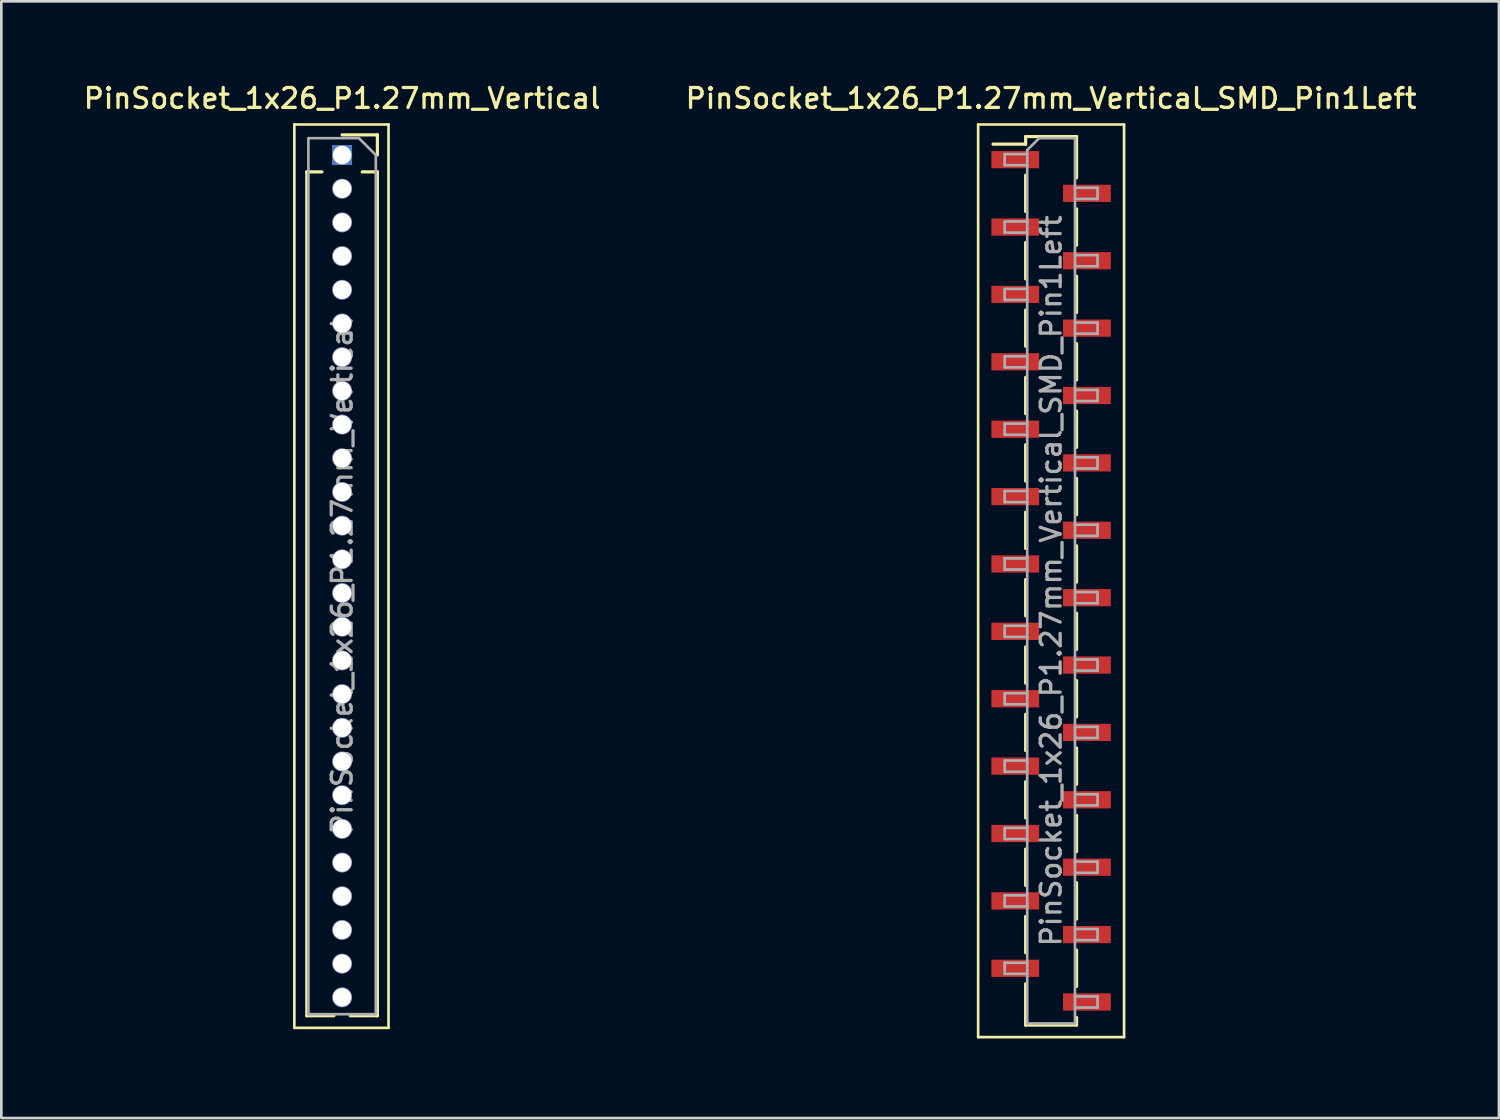
<source format=kicad_pcb>
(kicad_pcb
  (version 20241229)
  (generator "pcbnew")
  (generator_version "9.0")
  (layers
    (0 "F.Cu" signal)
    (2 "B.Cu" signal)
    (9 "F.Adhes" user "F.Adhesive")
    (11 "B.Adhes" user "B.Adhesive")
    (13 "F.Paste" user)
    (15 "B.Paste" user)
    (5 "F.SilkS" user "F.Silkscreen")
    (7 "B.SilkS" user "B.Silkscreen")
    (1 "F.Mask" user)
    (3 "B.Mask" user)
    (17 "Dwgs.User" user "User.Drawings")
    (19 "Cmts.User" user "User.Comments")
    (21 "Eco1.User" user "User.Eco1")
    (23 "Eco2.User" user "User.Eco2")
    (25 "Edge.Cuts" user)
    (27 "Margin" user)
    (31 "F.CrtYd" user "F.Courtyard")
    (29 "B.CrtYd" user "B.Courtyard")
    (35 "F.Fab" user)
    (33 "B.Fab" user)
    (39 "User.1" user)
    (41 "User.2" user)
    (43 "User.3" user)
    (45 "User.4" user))
  (footprint "PinSocket_1x26_P1.27mm_Vertical_SMD_Pin1Left"
    (layer "F.Cu")
    (at 36.57 18.843)
    (property "Reference" "PinSocket_1x26_P1.27mm_Vertical_SMD_Pin1Left" (at 0 -18.185 0) (layer "F.SilkS") (effects (font (size 0.75 0.75) (thickness 0.125))))
    (attr smd)
    (fp_line (start -2.75 -17.2) (end 2.75 -17.2) (stroke (width 0.1) (type solid)) (layer "F.SilkS"))
    (fp_line (start -2.75 17.2) (end -2.75 -17.2) (stroke (width 0.1) (type solid)) (layer "F.SilkS"))
    (fp_line (start -2.19 -16.46) (end -0.96 -16.46) (stroke (width 0.12) (type solid)) (layer "F.SilkS"))
    (fp_line (start -0.96 -16.745) (end -0.96 -16.46) (stroke (width 0.12) (type solid)) (layer "F.SilkS"))
    (fp_line (start -0.96 -16.745) (end 0.96 -16.745) (stroke (width 0.12) (type solid)) (layer "F.SilkS"))
    (fp_line (start -0.96 -15.29) (end -0.96 -13.92) (stroke (width 0.12) (type solid)) (layer "F.SilkS"))
    (fp_line (start -0.96 -12.75) (end -0.96 -11.38) (stroke (width 0.12) (type solid)) (layer "F.SilkS"))
    (fp_line (start -0.96 -10.21) (end -0.96 -8.84) (stroke (width 0.12) (type solid)) (layer "F.SilkS"))
    (fp_line (start -0.96 -7.67) (end -0.96 -6.3) (stroke (width 0.12) (type solid)) (layer "F.SilkS"))
    (fp_line (start -0.96 -5.13) (end -0.96 -3.76) (stroke (width 0.12) (type solid)) (layer "F.SilkS"))
    (fp_line (start -0.96 -2.59) (end -0.96 -1.22) (stroke (width 0.12) (type solid)) (layer "F.SilkS"))
    (fp_line (start -0.96 -0.05) (end -0.96 1.32) (stroke (width 0.12) (type solid)) (layer "F.SilkS"))
    (fp_line (start -0.96 2.49) (end -0.96 3.86) (stroke (width 0.12) (type solid)) (layer "F.SilkS"))
    (fp_line (start -0.96 5.03) (end -0.96 6.4) (stroke (width 0.12) (type solid)) (layer "F.SilkS"))
    (fp_line (start -0.96 7.57) (end -0.96 8.94) (stroke (width 0.12) (type solid)) (layer "F.SilkS"))
    (fp_line (start -0.96 10.11) (end -0.96 11.48) (stroke (width 0.12) (type solid)) (layer "F.SilkS"))
    (fp_line (start -0.96 12.65) (end -0.96 14.02) (stroke (width 0.12) (type solid)) (layer "F.SilkS"))
    (fp_line (start -0.96 15.19) (end -0.96 16.745) (stroke (width 0.12) (type solid)) (layer "F.SilkS"))
    (fp_line (start -0.96 16.745) (end 0.96 16.745) (stroke (width 0.12) (type solid)) (layer "F.SilkS"))
    (fp_line (start 0.96 -16.745) (end 0.96 -15.19) (stroke (width 0.12) (type solid)) (layer "F.SilkS"))
    (fp_line (start 0.96 -14.02) (end 0.96 -12.65) (stroke (width 0.12) (type solid)) (layer "F.SilkS"))
    (fp_line (start 0.96 -11.48) (end 0.96 -10.11) (stroke (width 0.12) (type solid)) (layer "F.SilkS"))
    (fp_line (start 0.96 -8.94) (end 0.96 -7.57) (stroke (width 0.12) (type solid)) (layer "F.SilkS"))
    (fp_line (start 0.96 -6.4) (end 0.96 -5.03) (stroke (width 0.12) (type solid)) (layer "F.SilkS"))
    (fp_line (start 0.96 -3.86) (end 0.96 -2.49) (stroke (width 0.12) (type solid)) (layer "F.SilkS"))
    (fp_line (start 0.96 -1.32) (end 0.96 0.05) (stroke (width 0.12) (type solid)) (layer "F.SilkS"))
    (fp_line (start 0.96 1.22) (end 0.96 2.59) (stroke (width 0.12) (type solid)) (layer "F.SilkS"))
    (fp_line (start 0.96 3.76) (end 0.96 5.13) (stroke (width 0.12) (type solid)) (layer "F.SilkS"))
    (fp_line (start 0.96 6.3) (end 0.96 7.67) (stroke (width 0.12) (type solid)) (layer "F.SilkS"))
    (fp_line (start 0.96 8.84) (end 0.96 10.21) (stroke (width 0.12) (type solid)) (layer "F.SilkS"))
    (fp_line (start 0.96 11.38) (end 0.96 12.75) (stroke (width 0.12) (type solid)) (layer "F.SilkS"))
    (fp_line (start 0.96 13.92) (end 0.96 15.29) (stroke (width 0.12) (type solid)) (layer "F.SilkS"))
    (fp_line (start 0.96 16.46) (end 0.96 16.745) (stroke (width 0.12) (type solid)) (layer "F.SilkS"))
    (fp_line (start 2.75 -17.2) (end 2.75 17.2) (stroke (width 0.1) (type solid)) (layer "F.SilkS"))
    (fp_line (start 2.75 17.2) (end -2.75 17.2) (stroke (width 0.1) (type solid)) (layer "F.SilkS"))
    (fp_line (start -1.75 -16.085) (end -0.9 -16.085) (stroke (width 0.1) (type solid)) (layer "F.Fab"))
    (fp_line (start -1.75 -15.665) (end -1.75 -16.085) (stroke (width 0.1) (type solid)) (layer "F.Fab"))
    (fp_line (start -1.75 -13.545) (end -0.9 -13.545) (stroke (width 0.1) (type solid)) (layer "F.Fab"))
    (fp_line (start -1.75 -13.125) (end -1.75 -13.545) (stroke (width 0.1) (type solid)) (layer "F.Fab"))
    (fp_line (start -1.75 -11.005) (end -0.9 -11.005) (stroke (width 0.1) (type solid)) (layer "F.Fab"))
    (fp_line (start -1.75 -10.585) (end -1.75 -11.005) (stroke (width 0.1) (type solid)) (layer "F.Fab"))
    (fp_line (start -1.75 -8.465) (end -0.9 -8.465) (stroke (width 0.1) (type solid)) (layer "F.Fab"))
    (fp_line (start -1.75 -8.045) (end -1.75 -8.465) (stroke (width 0.1) (type solid)) (layer "F.Fab"))
    (fp_line (start -1.75 -5.925) (end -0.9 -5.925) (stroke (width 0.1) (type solid)) (layer "F.Fab"))
    (fp_line (start -1.75 -5.505) (end -1.75 -5.925) (stroke (width 0.1) (type solid)) (layer "F.Fab"))
    (fp_line (start -1.75 -3.385) (end -0.9 -3.385) (stroke (width 0.1) (type solid)) (layer "F.Fab"))
    (fp_line (start -1.75 -2.965) (end -1.75 -3.385) (stroke (width 0.1) (type solid)) (layer "F.Fab"))
    (fp_line (start -1.75 -0.845) (end -0.9 -0.845) (stroke (width 0.1) (type solid)) (layer "F.Fab"))
    (fp_line (start -1.75 -0.425) (end -1.75 -0.845) (stroke (width 0.1) (type solid)) (layer "F.Fab"))
    (fp_line (start -1.75 1.695) (end -0.9 1.695) (stroke (width 0.1) (type solid)) (layer "F.Fab"))
    (fp_line (start -1.75 2.115) (end -1.75 1.695) (stroke (width 0.1) (type solid)) (layer "F.Fab"))
    (fp_line (start -1.75 4.235) (end -0.9 4.235) (stroke (width 0.1) (type solid)) (layer "F.Fab"))
    (fp_line (start -1.75 4.655) (end -1.75 4.235) (stroke (width 0.1) (type solid)) (layer "F.Fab"))
    (fp_line (start -1.75 6.775) (end -0.9 6.775) (stroke (width 0.1) (type solid)) (layer "F.Fab"))
    (fp_line (start -1.75 7.195) (end -1.75 6.775) (stroke (width 0.1) (type solid)) (layer "F.Fab"))
    (fp_line (start -1.75 9.315) (end -0.9 9.315) (stroke (width 0.1) (type solid)) (layer "F.Fab"))
    (fp_line (start -1.75 9.735) (end -1.75 9.315) (stroke (width 0.1) (type solid)) (layer "F.Fab"))
    (fp_line (start -1.75 11.855) (end -0.9 11.855) (stroke (width 0.1) (type solid)) (layer "F.Fab"))
    (fp_line (start -1.75 12.275) (end -1.75 11.855) (stroke (width 0.1) (type solid)) (layer "F.Fab"))
    (fp_line (start -1.75 14.395) (end -0.9 14.395) (stroke (width 0.1) (type solid)) (layer "F.Fab"))
    (fp_line (start -1.75 14.815) (end -1.75 14.395) (stroke (width 0.1) (type solid)) (layer "F.Fab"))
    (fp_line (start -0.9 -16.235) (end -0.45 -16.685) (stroke (width 0.1) (type solid)) (layer "F.Fab"))
    (fp_line (start -0.9 -15.665) (end -1.75 -15.665) (stroke (width 0.1) (type solid)) (layer "F.Fab"))
    (fp_line (start -0.9 -13.125) (end -1.75 -13.125) (stroke (width 0.1) (type solid)) (layer "F.Fab"))
    (fp_line (start -0.9 -10.585) (end -1.75 -10.585) (stroke (width 0.1) (type solid)) (layer "F.Fab"))
    (fp_line (start -0.9 -8.045) (end -1.75 -8.045) (stroke (width 0.1) (type solid)) (layer "F.Fab"))
    (fp_line (start -0.9 -5.505) (end -1.75 -5.505) (stroke (width 0.1) (type solid)) (layer "F.Fab"))
    (fp_line (start -0.9 -2.965) (end -1.75 -2.965) (stroke (width 0.1) (type solid)) (layer "F.Fab"))
    (fp_line (start -0.9 -0.425) (end -1.75 -0.425) (stroke (width 0.1) (type solid)) (layer "F.Fab"))
    (fp_line (start -0.9 2.115) (end -1.75 2.115) (stroke (width 0.1) (type solid)) (layer "F.Fab"))
    (fp_line (start -0.9 4.655) (end -1.75 4.655) (stroke (width 0.1) (type solid)) (layer "F.Fab"))
    (fp_line (start -0.9 7.195) (end -1.75 7.195) (stroke (width 0.1) (type solid)) (layer "F.Fab"))
    (fp_line (start -0.9 9.735) (end -1.75 9.735) (stroke (width 0.1) (type solid)) (layer "F.Fab"))
    (fp_line (start -0.9 12.275) (end -1.75 12.275) (stroke (width 0.1) (type solid)) (layer "F.Fab"))
    (fp_line (start -0.9 14.815) (end -1.75 14.815) (stroke (width 0.1) (type solid)) (layer "F.Fab"))
    (fp_line (start -0.9 16.685) (end -0.9 -16.235) (stroke (width 0.1) (type solid)) (layer "F.Fab"))
    (fp_line (start -0.45 -16.685) (end 0.9 -16.685) (stroke (width 0.1) (type solid)) (layer "F.Fab"))
    (fp_line (start 0.9 -16.685) (end 0.9 16.685) (stroke (width 0.1) (type solid)) (layer "F.Fab"))
    (fp_line (start 0.9 -14.815) (end 1.75 -14.815) (stroke (width 0.1) (type solid)) (layer "F.Fab"))
    (fp_line (start 0.9 -12.275) (end 1.75 -12.275) (stroke (width 0.1) (type solid)) (layer "F.Fab"))
    (fp_line (start 0.9 -9.735) (end 1.75 -9.735) (stroke (width 0.1) (type solid)) (layer "F.Fab"))
    (fp_line (start 0.9 -7.195) (end 1.75 -7.195) (stroke (width 0.1) (type solid)) (layer "F.Fab"))
    (fp_line (start 0.9 -4.655) (end 1.75 -4.655) (stroke (width 0.1) (type solid)) (layer "F.Fab"))
    (fp_line (start 0.9 -2.115) (end 1.75 -2.115) (stroke (width 0.1) (type solid)) (layer "F.Fab"))
    (fp_line (start 0.9 0.425) (end 1.75 0.425) (stroke (width 0.1) (type solid)) (layer "F.Fab"))
    (fp_line (start 0.9 2.965) (end 1.75 2.965) (stroke (width 0.1) (type solid)) (layer "F.Fab"))
    (fp_line (start 0.9 5.505) (end 1.75 5.505) (stroke (width 0.1) (type solid)) (layer "F.Fab"))
    (fp_line (start 0.9 8.045) (end 1.75 8.045) (stroke (width 0.1) (type solid)) (layer "F.Fab"))
    (fp_line (start 0.9 10.585) (end 1.75 10.585) (stroke (width 0.1) (type solid)) (layer "F.Fab"))
    (fp_line (start 0.9 13.125) (end 1.75 13.125) (stroke (width 0.1) (type solid)) (layer "F.Fab"))
    (fp_line (start 0.9 15.665) (end 1.75 15.665) (stroke (width 0.1) (type solid)) (layer "F.Fab"))
    (fp_line (start 0.9 16.685) (end -0.9 16.685) (stroke (width 0.1) (type solid)) (layer "F.Fab"))
    (fp_line (start 1.75 -14.815) (end 1.75 -14.395) (stroke (width 0.1) (type solid)) (layer "F.Fab"))
    (fp_line (start 1.75 -14.395) (end 0.9 -14.395) (stroke (width 0.1) (type solid)) (layer "F.Fab"))
    (fp_line (start 1.75 -12.275) (end 1.75 -11.855) (stroke (width 0.1) (type solid)) (layer "F.Fab"))
    (fp_line (start 1.75 -11.855) (end 0.9 -11.855) (stroke (width 0.1) (type solid)) (layer "F.Fab"))
    (fp_line (start 1.75 -9.735) (end 1.75 -9.315) (stroke (width 0.1) (type solid)) (layer "F.Fab"))
    (fp_line (start 1.75 -9.315) (end 0.9 -9.315) (stroke (width 0.1) (type solid)) (layer "F.Fab"))
    (fp_line (start 1.75 -7.195) (end 1.75 -6.775) (stroke (width 0.1) (type solid)) (layer "F.Fab"))
    (fp_line (start 1.75 -6.775) (end 0.9 -6.775) (stroke (width 0.1) (type solid)) (layer "F.Fab"))
    (fp_line (start 1.75 -4.655) (end 1.75 -4.235) (stroke (width 0.1) (type solid)) (layer "F.Fab"))
    (fp_line (start 1.75 -4.235) (end 0.9 -4.235) (stroke (width 0.1) (type solid)) (layer "F.Fab"))
    (fp_line (start 1.75 -2.115) (end 1.75 -1.695) (stroke (width 0.1) (type solid)) (layer "F.Fab"))
    (fp_line (start 1.75 -1.695) (end 0.9 -1.695) (stroke (width 0.1) (type solid)) (layer "F.Fab"))
    (fp_line (start 1.75 0.425) (end 1.75 0.845) (stroke (width 0.1) (type solid)) (layer "F.Fab"))
    (fp_line (start 1.75 0.845) (end 0.9 0.845) (stroke (width 0.1) (type solid)) (layer "F.Fab"))
    (fp_line (start 1.75 2.965) (end 1.75 3.385) (stroke (width 0.1) (type solid)) (layer "F.Fab"))
    (fp_line (start 1.75 3.385) (end 0.9 3.385) (stroke (width 0.1) (type solid)) (layer "F.Fab"))
    (fp_line (start 1.75 5.505) (end 1.75 5.925) (stroke (width 0.1) (type solid)) (layer "F.Fab"))
    (fp_line (start 1.75 5.925) (end 0.9 5.925) (stroke (width 0.1) (type solid)) (layer "F.Fab"))
    (fp_line (start 1.75 8.045) (end 1.75 8.465) (stroke (width 0.1) (type solid)) (layer "F.Fab"))
    (fp_line (start 1.75 8.465) (end 0.9 8.465) (stroke (width 0.1) (type solid)) (layer "F.Fab"))
    (fp_line (start 1.75 10.585) (end 1.75 11.005) (stroke (width 0.1) (type solid)) (layer "F.Fab"))
    (fp_line (start 1.75 11.005) (end 0.9 11.005) (stroke (width 0.1) (type solid)) (layer "F.Fab"))
    (fp_line (start 1.75 13.125) (end 1.75 13.545) (stroke (width 0.1) (type solid)) (layer "F.Fab"))
    (fp_line (start 1.75 13.545) (end 0.9 13.545) (stroke (width 0.1) (type solid)) (layer "F.Fab"))
    (fp_line (start 1.75 15.665) (end 1.75 16.085) (stroke (width 0.1) (type solid)) (layer "F.Fab"))
    (fp_line (start 1.75 16.085) (end 0.9 16.085) (stroke (width 0.1) (type solid)) (layer "F.Fab"))
    (fp_text user "${REFERENCE}" (at 0 0 90) (layer "F.Fab") (effects (font (size 0.75 0.75) (thickness 0.125))))
    (pad "1" smd rect (at -1.35 -15.875) (size 1.8 0.65) (layers "F.Cu" "F.Mask" "F.Paste"))
    (pad "2" smd rect (at 1.35 -14.605) (size 1.8 0.65) (layers "F.Cu" "F.Mask" "F.Paste"))
    (pad "3" smd rect (at -1.35 -13.335) (size 1.8 0.65) (layers "F.Cu" "F.Mask" "F.Paste"))
    (pad "4" smd rect (at 1.35 -12.065) (size 1.8 0.65) (layers "F.Cu" "F.Mask" "F.Paste"))
    (pad "5" smd rect (at -1.35 -10.795) (size 1.8 0.65) (layers "F.Cu" "F.Mask" "F.Paste"))
    (pad "6" smd rect (at 1.35 -9.525) (size 1.8 0.65) (layers "F.Cu" "F.Mask" "F.Paste"))
    (pad "7" smd rect (at -1.35 -8.255) (size 1.8 0.65) (layers "F.Cu" "F.Mask" "F.Paste"))
    (pad "8" smd rect (at 1.35 -6.985) (size 1.8 0.65) (layers "F.Cu" "F.Mask" "F.Paste"))
    (pad "9" smd rect (at -1.35 -5.715) (size 1.8 0.65) (layers "F.Cu" "F.Mask" "F.Paste"))
    (pad "10" smd rect (at 1.35 -4.445) (size 1.8 0.65) (layers "F.Cu" "F.Mask" "F.Paste"))
    (pad "11" smd rect (at -1.35 -3.175) (size 1.8 0.65) (layers "F.Cu" "F.Mask" "F.Paste"))
    (pad "12" smd rect (at 1.35 -1.905) (size 1.8 0.65) (layers "F.Cu" "F.Mask" "F.Paste"))
    (pad "13" smd rect (at -1.35 -0.635) (size 1.8 0.65) (layers "F.Cu" "F.Mask" "F.Paste"))
    (pad "14" smd rect (at 1.35 0.635) (size 1.8 0.65) (layers "F.Cu" "F.Mask" "F.Paste"))
    (pad "15" smd rect (at -1.35 1.905) (size 1.8 0.65) (layers "F.Cu" "F.Mask" "F.Paste"))
    (pad "16" smd rect (at 1.35 3.175) (size 1.8 0.65) (layers "F.Cu" "F.Mask" "F.Paste"))
    (pad "17" smd rect (at -1.35 4.445) (size 1.8 0.65) (layers "F.Cu" "F.Mask" "F.Paste"))
    (pad "18" smd rect (at 1.35 5.715) (size 1.8 0.65) (layers "F.Cu" "F.Mask" "F.Paste"))
    (pad "19" smd rect (at -1.35 6.985) (size 1.8 0.65) (layers "F.Cu" "F.Mask" "F.Paste"))
    (pad "20" smd rect (at 1.35 8.255) (size 1.8 0.65) (layers "F.Cu" "F.Mask" "F.Paste"))
    (pad "21" smd rect (at -1.35 9.525) (size 1.8 0.65) (layers "F.Cu" "F.Mask" "F.Paste"))
    (pad "22" smd rect (at 1.35 10.795) (size 1.8 0.65) (layers "F.Cu" "F.Mask" "F.Paste"))
    (pad "23" smd rect (at -1.35 12.065) (size 1.8 0.65) (layers "F.Cu" "F.Mask" "F.Paste"))
    (pad "24" smd rect (at 1.35 13.335) (size 1.8 0.65) (layers "F.Cu" "F.Mask" "F.Paste"))
    (pad "25" smd rect (at -1.35 14.605) (size 1.8 0.65) (layers "F.Cu" "F.Mask" "F.Paste"))
    (pad "26" smd rect (at 1.35 15.875) (size 1.8 0.65) (layers "F.Cu" "F.Mask" "F.Paste")))
  (footprint "PinSocket_1x26_P1.27mm_Vertical"
    (layer "F.Cu")
    (at 9.845 2.793)
    (property "Reference" "PinSocket_1x26_P1.27mm_Vertical" (at 0 -2.135 0) (layer "F.SilkS") (effects (font (size 0.75 0.75) (thickness 0.125))))
    (attr through_hole)
    (fp_line (start -1.8 -1.15) (end 1.75 -1.15) (stroke (width 0.1) (type solid)) (layer "F.SilkS"))
    (fp_line (start -1.8 32.9) (end -1.8 -1.15) (stroke (width 0.1) (type solid)) (layer "F.SilkS"))
    (fp_line (start -1.33 0.635) (end -1.33 32.445) (stroke (width 0.12) (type solid)) (layer "F.SilkS"))
    (fp_line (start -1.33 0.635) (end -0.76 0.635) (stroke (width 0.12) (type solid)) (layer "F.SilkS"))
    (fp_line (start -1.33 32.445) (end -0.308 32.445) (stroke (width 0.12) (type solid)) (layer "F.SilkS"))
    (fp_line (start 0 -0.76) (end 1.33 -0.76) (stroke (width 0.12) (type solid)) (layer "F.SilkS"))
    (fp_line (start 0.308 32.445) (end 1.33 32.445) (stroke (width 0.12) (type solid)) (layer "F.SilkS"))
    (fp_line (start 0.76 0.635) (end 1.33 0.635) (stroke (width 0.12) (type solid)) (layer "F.SilkS"))
    (fp_line (start 1.33 -0.76) (end 1.33 0) (stroke (width 0.12) (type solid)) (layer "F.SilkS"))
    (fp_line (start 1.33 0.635) (end 1.33 32.445) (stroke (width 0.12) (type solid)) (layer "F.SilkS"))
    (fp_line (start 1.75 -1.15) (end 1.75 32.9) (stroke (width 0.1) (type solid)) (layer "F.SilkS"))
    (fp_line (start 1.75 32.9) (end -1.8 32.9) (stroke (width 0.1) (type solid)) (layer "F.SilkS"))
    (fp_line (start -1.27 -0.635) (end 0.635 -0.635) (stroke (width 0.1) (type solid)) (layer "F.Fab"))
    (fp_line (start -1.27 32.385) (end -1.27 -0.635) (stroke (width 0.1) (type solid)) (layer "F.Fab"))
    (fp_line (start 0.635 -0.635) (end 1.27 0) (stroke (width 0.1) (type solid)) (layer "F.Fab"))
    (fp_line (start 1.27 0) (end 1.27 32.385) (stroke (width 0.1) (type solid)) (layer "F.Fab"))
    (fp_line (start 1.27 32.385) (end -1.27 32.385) (stroke (width 0.1) (type solid)) (layer "F.Fab"))
    (fp_text user "${REFERENCE}" (at 0 15.875 90) (layer "F.Fab") (effects (font (size 0.75 0.75) (thickness 0.125))))
    (pad "1" thru_hole rect (at 0 0) (size 0.75 0.75) (drill 0.7) (layers "*.Cu" "*.Mask"))
    (pad "2" thru_hole oval (at 0 1.27) (size 0.75 0.75) (drill 0.7) (layers "*.Cu" "*.Mask"))
    (pad "3" thru_hole oval (at 0 2.54) (size 0.75 0.75) (drill 0.7) (layers "*.Cu" "*.Mask"))
    (pad "4" thru_hole oval (at 0 3.81) (size 0.75 0.75) (drill 0.7) (layers "*.Cu" "*.Mask"))
    (pad "5" thru_hole oval (at 0 5.08) (size 0.75 0.75) (drill 0.7) (layers "*.Cu" "*.Mask"))
    (pad "6" thru_hole oval (at 0 6.35) (size 0.75 0.75) (drill 0.7) (layers "*.Cu" "*.Mask"))
    (pad "7" thru_hole oval (at 0 7.62) (size 0.75 0.75) (drill 0.7) (layers "*.Cu" "*.Mask"))
    (pad "8" thru_hole oval (at 0 8.89) (size 0.75 0.75) (drill 0.7) (layers "*.Cu" "*.Mask"))
    (pad "9" thru_hole oval (at 0 10.16) (size 0.75 0.75) (drill 0.7) (layers "*.Cu" "*.Mask"))
    (pad "10" thru_hole oval (at 0 11.43) (size 0.75 0.75) (drill 0.7) (layers "*.Cu" "*.Mask"))
    (pad "11" thru_hole oval (at 0 12.7) (size 0.75 0.75) (drill 0.7) (layers "*.Cu" "*.Mask"))
    (pad "12" thru_hole oval (at 0 13.97) (size 0.75 0.75) (drill 0.7) (layers "*.Cu" "*.Mask"))
    (pad "13" thru_hole oval (at 0 15.24) (size 0.75 0.75) (drill 0.7) (layers "*.Cu" "*.Mask"))
    (pad "14" thru_hole oval (at 0 16.51) (size 0.75 0.75) (drill 0.7) (layers "*.Cu" "*.Mask"))
    (pad "15" thru_hole oval (at 0 17.78) (size 0.75 0.75) (drill 0.7) (layers "*.Cu" "*.Mask"))
    (pad "16" thru_hole oval (at 0 19.05) (size 0.75 0.75) (drill 0.7) (layers "*.Cu" "*.Mask"))
    (pad "17" thru_hole oval (at 0 20.32) (size 0.75 0.75) (drill 0.7) (layers "*.Cu" "*.Mask"))
    (pad "18" thru_hole oval (at 0 21.59) (size 0.75 0.75) (drill 0.7) (layers "*.Cu" "*.Mask"))
    (pad "19" thru_hole oval (at 0 22.86) (size 0.75 0.75) (drill 0.7) (layers "*.Cu" "*.Mask"))
    (pad "20" thru_hole oval (at 0 24.13) (size 0.75 0.75) (drill 0.7) (layers "*.Cu" "*.Mask"))
    (pad "21" thru_hole oval (at 0 25.4) (size 0.75 0.75) (drill 0.7) (layers "*.Cu" "*.Mask"))
    (pad "22" thru_hole oval (at 0 26.67) (size 0.75 0.75) (drill 0.7) (layers "*.Cu" "*.Mask"))
    (pad "23" thru_hole oval (at 0 27.94) (size 0.75 0.75) (drill 0.7) (layers "*.Cu" "*.Mask"))
    (pad "24" thru_hole oval (at 0 29.21) (size 0.75 0.75) (drill 0.7) (layers "*.Cu" "*.Mask"))
    (pad "25" thru_hole oval (at 0 30.48) (size 0.75 0.75) (drill 0.7) (layers "*.Cu" "*.Mask"))
    (pad "26" thru_hole oval (at 0 31.75) (size 0.75 0.75) (drill 0.7) (layers "*.Cu" "*.Mask")))
  (gr_rect
    (start -3 -3)
    (end 53.45 39.093)
    (stroke (width 0.1) (type default))
    (fill no)
    (layer "Edge.Cuts")))
</source>
